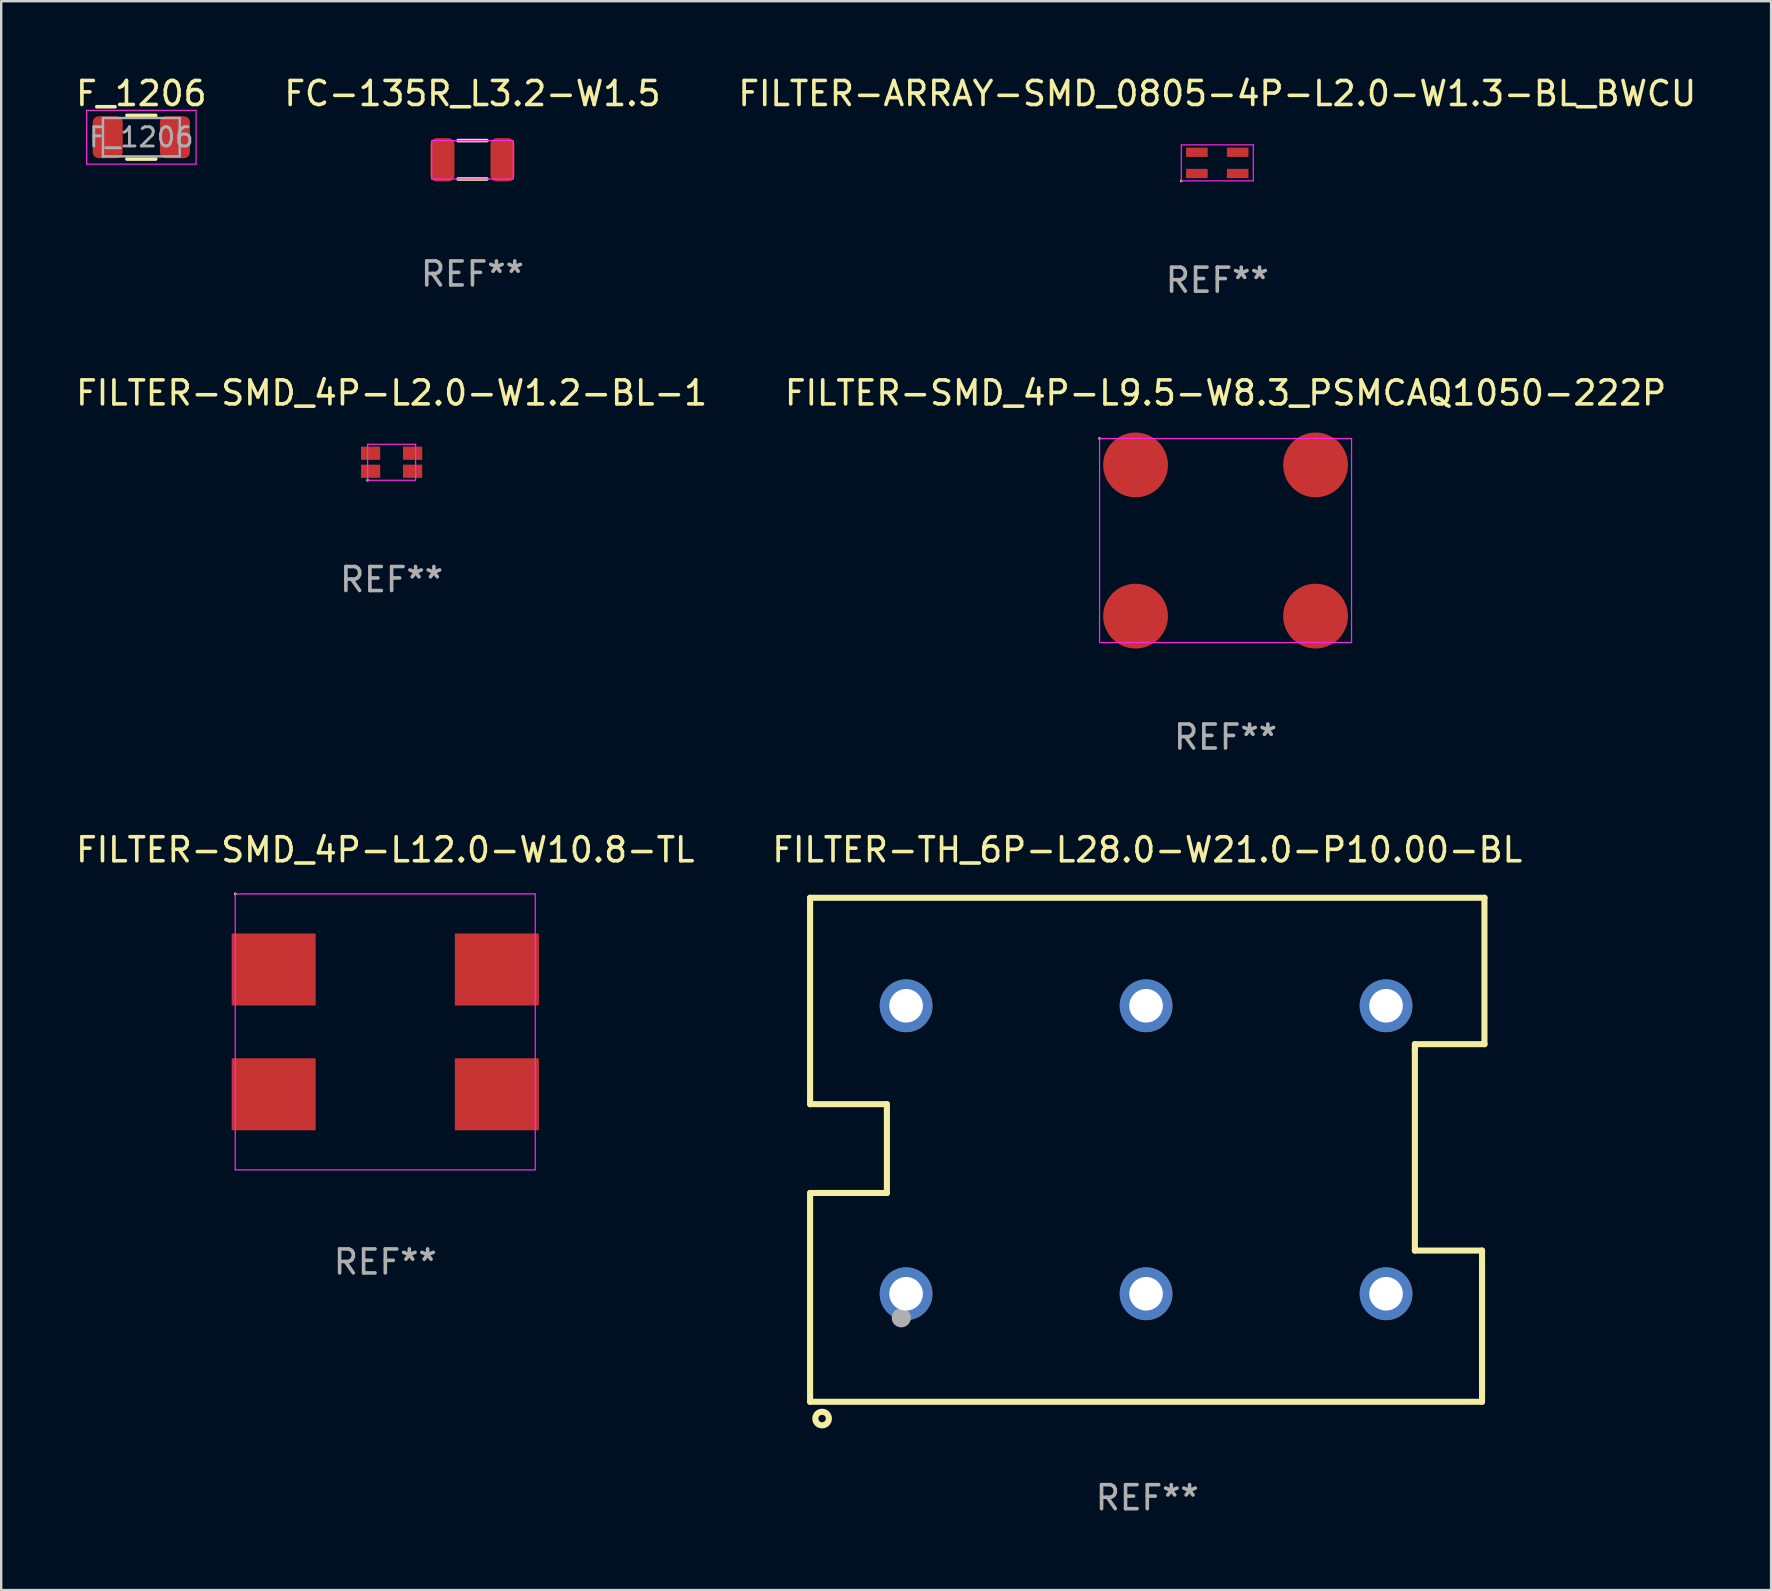
<source format=kicad_pcb>
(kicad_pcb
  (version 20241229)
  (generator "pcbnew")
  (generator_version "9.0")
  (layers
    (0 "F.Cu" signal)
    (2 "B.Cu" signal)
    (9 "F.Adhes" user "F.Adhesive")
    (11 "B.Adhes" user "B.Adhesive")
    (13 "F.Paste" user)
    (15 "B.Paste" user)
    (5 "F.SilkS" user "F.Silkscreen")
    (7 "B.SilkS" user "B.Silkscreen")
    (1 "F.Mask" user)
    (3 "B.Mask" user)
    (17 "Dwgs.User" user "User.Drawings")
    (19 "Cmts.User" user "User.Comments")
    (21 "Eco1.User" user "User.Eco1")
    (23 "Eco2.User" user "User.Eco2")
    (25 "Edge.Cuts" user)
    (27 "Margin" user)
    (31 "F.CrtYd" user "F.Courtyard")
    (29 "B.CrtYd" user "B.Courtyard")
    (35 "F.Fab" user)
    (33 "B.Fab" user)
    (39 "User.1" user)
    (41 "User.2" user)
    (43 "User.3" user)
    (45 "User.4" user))
  (footprint "FC-135R_L3.2-W1.5"
    (layer "F.Cu")
    (at 16.637 3.608)
    (property "Reference" "FC-135R_L3.2-W1.5" (at 0 -2.76 0) (layer "F.SilkS") (effects (font (size 1 1) (thickness 0.15))))
    (attr smd)
    (fp_line (start -0.6 -0.8) (end 0.6 -0.8) (stroke (width 0.15) (type default)) (layer "F.SilkS"))
    (fp_line (start 0.6 0.8) (end -0.6 0.8) (stroke (width 0.15) (type default)) (layer "F.SilkS"))
    (fp_line (start -1.7 -0.8) (end 1.7 -0.8) (stroke (width 0.05) (type default)) (layer "F.CrtYd"))
    (fp_line (start -1.7 0.8) (end -1.7 -0.8) (stroke (width 0.05) (type default)) (layer "F.CrtYd"))
    (fp_line (start 1.7 -0.8) (end 1.7 0.8) (stroke (width 0.05) (type default)) (layer "F.CrtYd"))
    (fp_line (start 1.7 0.8) (end -1.7 0.8) (stroke (width 0.05) (type default)) (layer "F.CrtYd"))
    (fp_text user "REF**" (at 0 4.76 0) (layer "F.Fab") (effects (font (size 1 1) (thickness 0.15))))
    (pad "1" smd roundrect (at -1.25 0 90) (size 1.8 1) (layers "F.Cu" "F.Mask" "F.Paste") (roundrect_rratio 0.25))
    (pad "2" smd roundrect (at 1.25 0 90) (size 1.8 1) (layers "F.Cu" "F.Mask" "F.Paste") (roundrect_rratio 0.25)))
  (footprint "FILTER-SMD_4P-L9.5-W8.3_PSMCAQ1050-222P"
    (layer "F.Cu")
    (at 48.018 19.473)
    (property "Reference" "FILTER-SMD_4P-L9.5-W8.3_PSMCAQ1050-222P" (at -0.000051 -6.15 0) (layer "F.SilkS") (effects (font (size 1 1) (thickness 0.15))))
    (attr smd)
    (fp_circle (center -5.25 -4.25) (end -5.22 -4.25) (stroke (width 0.06) (type solid)) (fill no) (layer "F.SilkS"))
    (fp_line (start -5.25 -4.25) (end 5.25 -4.25) (stroke (width 0.05) (type default)) (layer "F.CrtYd"))
    (fp_line (start -5.25 4.25) (end -5.25 -4.25) (stroke (width 0.05) (type default)) (layer "F.CrtYd"))
    (fp_line (start 5.25 -4.25) (end 5.25 4.25) (stroke (width 0.05) (type default)) (layer "F.CrtYd"))
    (fp_line (start 5.25 4.25) (end -5.25 4.25) (stroke (width 0.05) (type default)) (layer "F.CrtYd"))
    (fp_text user "REF**" (at -0.000051 8.191 0) (layer "F.Fab") (effects (font (size 1 1) (thickness 0.15))))
    (pad "1" smd circle (at -3.75 -3.15) (size 2.7 2.7) (layers "F.Cu" "F.Mask" "F.Paste"))
    (pad "2" smd circle (at -3.75 3.15) (size 2.7 2.7) (layers "F.Cu" "F.Mask" "F.Paste"))
    (pad "3" smd circle (at 3.75 3.15) (size 2.7 2.7) (layers "F.Cu" "F.Mask" "F.Paste"))
    (pad "4" smd circle (at 3.75 -3.15) (size 2.7 2.7) (layers "F.Cu" "F.Mask" "F.Paste")))
  (footprint "FILTER-SMD_4P-L12.0-W10.8-TL"
    (layer "F.Cu")
    (at 13.003 39.948)
    (property "Reference" "FILTER-SMD_4P-L12.0-W10.8-TL" (at 0.003 -7.588 0) (layer "F.SilkS") (effects (font (size 1 1) (thickness 0.15))))
    (attr smd)
    (fp_circle (center -6.25 -5.75) (end -6.22 -5.75) (stroke (width 0.06) (type solid)) (fill no) (layer "F.SilkS"))
    (fp_line (start -6.25 -5.75) (end 6.25 -5.75) (stroke (width 0.05) (type default)) (layer "F.CrtYd"))
    (fp_line (start -6.25 5.75) (end -6.25 -5.75) (stroke (width 0.05) (type default)) (layer "F.CrtYd"))
    (fp_line (start 6.25 -5.75) (end 6.25 5.75) (stroke (width 0.05) (type default)) (layer "F.CrtYd"))
    (fp_line (start 6.25 5.75) (end -6.25 5.75) (stroke (width 0.05) (type default)) (layer "F.CrtYd"))
    (fp_text user "REF**" (at 0.003 9.588 0) (layer "F.Fab") (effects (font (size 1 1) (thickness 0.15))))
    (pad "1" smd rect (at -4.65 -2.6) (size 3.5 3) (layers "F.Cu" "F.Mask" "F.Paste"))
    (pad "2" smd rect (at -4.65 2.6) (size 3.5 3) (layers "F.Cu" "F.Mask" "F.Paste"))
    (pad "3" smd rect (at 4.65 2.6) (size 3.5 3) (layers "F.Cu" "F.Mask" "F.Paste"))
    (pad "4" smd rect (at 4.65 -2.6) (size 3.5 3) (layers "F.Cu" "F.Mask" "F.Paste")))
  (footprint "FILTER-SMD_4P-L2.0-W1.2-BL-1"
    (layer "F.Cu")
    (at 13.268 16.212)
    (property "Reference" "FILTER-SMD_4P-L2.0-W1.2-BL-1" (at -0.000013 -2.889 0) (layer "F.SilkS") (effects (font (size 1 1) (thickness 0.15))))
    (attr smd)
    (fp_circle (center -1 0.75) (end -0.97 0.75) (stroke (width 0.06) (type solid)) (fill no) (layer "F.SilkS"))
    (fp_line (start -1 -0.75) (end -1 0.75) (stroke (width 0.05) (type default)) (layer "F.CrtYd"))
    (fp_line (start -1 0.75) (end 1 0.75) (stroke (width 0.05) (type default)) (layer "F.CrtYd"))
    (fp_line (start 1 -0.75) (end -1 -0.75) (stroke (width 0.05) (type default)) (layer "F.CrtYd"))
    (fp_line (start 1 0.75) (end 1 -0.75) (stroke (width 0.05) (type default)) (layer "F.CrtYd"))
    (fp_text user "REF**" (at -0.000013 4.889 0) (layer "F.Fab") (effects (font (size 1 1) (thickness 0.15))))
    (pad "1" smd rect (at -0.875 0.375 270) (size 0.55 0.8) (layers "F.Cu" "F.Mask" "F.Paste"))
    (pad "2" smd rect (at 0.875 0.375 270) (size 0.55 0.8) (layers "F.Cu" "F.Mask" "F.Paste"))
    (pad "3" smd rect (at 0.875 -0.375 270) (size 0.55 0.8) (layers "F.Cu" "F.Mask" "F.Paste"))
    (pad "4" smd rect (at -0.875 -0.375 270) (size 0.55 0.8) (layers "F.Cu" "F.Mask" "F.Paste")))
  (footprint "FILTER-TH_6P-L28.0-W21.0-P10.00-BL"
    (layer "F.Cu")
    (at 44.706 44.86)
    (property "Reference" "FILTER-TH_6P-L28.0-W21.0-P10.00-BL" (at 0.05 -12.5 0) (layer "F.SilkS") (effects (font (size 1 1) (thickness 0.15))))
    (attr through_hole)
    (fp_line (start -14 -10.5) (end -14 -1.9) (stroke (width 0.254) (type solid)) (layer "F.SilkS"))
    (fp_line (start -14 -1.9) (end -10.8 -1.9) (stroke (width 0.254) (type solid)) (layer "F.SilkS"))
    (fp_line (start -14 1.8) (end -14 10.5) (stroke (width 0.254) (type solid)) (layer "F.SilkS"))
    (fp_line (start -14 10.5) (end 14 10.5) (stroke (width 0.254) (type solid)) (layer "F.SilkS"))
    (fp_line (start -10.8 -1.9) (end -10.8 1.8) (stroke (width 0.254) (type solid)) (layer "F.SilkS"))
    (fp_line (start -10.8 1.8) (end -14 1.8) (stroke (width 0.254) (type solid)) (layer "F.SilkS"))
    (fp_line (start 11.2 -4.4) (end 14.1 -4.4) (stroke (width 0.254) (type solid)) (layer "F.SilkS"))
    (fp_line (start 11.2 -4.2) (end 11.2 -4.4) (stroke (width 0.254) (type solid)) (layer "F.SilkS"))
    (fp_line (start 11.2 4.2) (end 11.2 -4.2) (stroke (width 0.254) (type solid)) (layer "F.SilkS"))
    (fp_line (start 14 4.2) (end 11.2 4.2) (stroke (width 0.254) (type solid)) (layer "F.SilkS"))
    (fp_line (start 14 10.5) (end 14 4.2) (stroke (width 0.254) (type solid)) (layer "F.SilkS"))
    (fp_line (start 14.1 -10.5) (end -14 -10.5) (stroke (width 0.254) (type solid)) (layer "F.SilkS"))
    (fp_line (start 14.1 -4.4) (end 14.1 -10.5) (stroke (width 0.254) (type solid)) (layer "F.SilkS"))
    (fp_circle (center -14 10.5) (end -13.97 10.5) (stroke (width 0.06) (type solid)) (fill no) (layer "F.SilkS"))
    (fp_circle (center -13.5 11.2) (end -13.217 11.2) (stroke (width 0.254) (type solid)) (fill no) (layer "F.SilkS"))
    (fp_circle (center -10.2 7) (end -10 7) (stroke (width 0.4) (type solid)) (fill no) (layer "F.Fab"))
    (fp_text user "REF**" (at 0.05 14.5 0) (layer "F.Fab") (effects (font (size 1 1) (thickness 0.15))))
    (pad "1" thru_hole circle (at -10 6) (size 2.2 2.2) (drill 1.4) (layers "*.Cu" "*.Mask"))
    (pad "2" thru_hole circle (at 0 6) (size 2.2 2.2) (drill 1.4) (layers "*.Cu" "*.Mask"))
    (pad "3" thru_hole circle (at 0 -6) (size 2.2 2.2) (drill 1.4) (layers "*.Cu" "*.Mask"))
    (pad "4" thru_hole circle (at -10 -6) (size 2.2 2.2) (drill 1.4) (layers "*.Cu" "*.Mask"))
    (pad "5" thru_hole circle (at 10 6) (size 2.2 2.2) (drill 1.4) (layers "*.Cu" "*.Mask"))
    (pad "6" thru_hole circle (at 10 -6) (size 2.2 2.2) (drill 1.4) (layers "*.Cu" "*.Mask")))
  (footprint "FILTER-ARRAY-SMD_0805-4P-L2.0-W1.3-BL_BWCU"
    (layer "F.Cu")
    (at 47.673 3.737)
    (property "Reference" "FILTER-ARRAY-SMD_0805-4P-L2.0-W1.3-BL_BWCU" (at 0 -2.889 0) (layer "F.SilkS") (effects (font (size 1 1) (thickness 0.15))))
    (attr smd)
    (fp_circle (center -1.5 0.75) (end -1.47 0.75) (stroke (width 0.06) (type solid)) (fill no) (layer "F.SilkS"))
    (fp_line (start -1.5 -0.75) (end 1.5 -0.75) (stroke (width 0.05) (type default)) (layer "F.CrtYd"))
    (fp_line (start -1.5 0.75) (end -1.5 -0.75) (stroke (width 0.05) (type default)) (layer "F.CrtYd"))
    (fp_line (start 1.5 -0.75) (end 1.5 0.75) (stroke (width 0.05) (type default)) (layer "F.CrtYd"))
    (fp_line (start 1.5 0.75) (end -1.5 0.75) (stroke (width 0.05) (type default)) (layer "F.CrtYd"))
    (fp_text user "REF**" (at 0 4.889 0) (layer "F.Fab") (effects (font (size 1 1) (thickness 0.15))))
    (pad "1" smd rect (at -0.85 0.442 90) (size 0.385 0.9) (layers "F.Cu" "F.Mask" "F.Paste"))
    (pad "2" smd rect (at 0.85 0.442 90) (size 0.385 0.9) (layers "F.Cu" "F.Mask" "F.Paste"))
    (pad "3" smd rect (at 0.85 -0.442 90) (size 0.385 0.9) (layers "F.Cu" "F.Mask" "F.Paste"))
    (pad "4" smd rect (at -0.85 -0.442 90) (size 0.385 0.9) (layers "F.Cu" "F.Mask" "F.Paste")))
  (footprint "F_1206"
    (layer "F.Cu")
    (at 2.839 2.668)
    (property "Reference" "F_1206" (at 0 -1.82 0) (layer "F.SilkS") (effects (font (size 1 1) (thickness 0.15))))
    (attr smd)
    (fp_line (start -0.6 -0.91) (end 0.6 -0.91) (stroke (width 0.15) (type solid)) (layer "F.SilkS"))
    (fp_line (start -0.6 0.91) (end 0.6 0.91) (stroke (width 0.15) (type solid)) (layer "F.SilkS"))
    (fp_line (start -2.28 -1.12) (end 2.28 -1.12) (stroke (width 0.05) (type solid)) (layer "F.CrtYd"))
    (fp_line (start -2.28 1.12) (end -2.28 -1.12) (stroke (width 0.05) (type solid)) (layer "F.CrtYd"))
    (fp_line (start 2.28 -1.12) (end 2.28 1.12) (stroke (width 0.05) (type solid)) (layer "F.CrtYd"))
    (fp_line (start 2.28 1.12) (end -2.28 1.12) (stroke (width 0.05) (type solid)) (layer "F.CrtYd"))
    (fp_line (start -1.6 -0.8) (end 1.6 -0.8) (stroke (width 0.1) (type solid)) (layer "F.Fab"))
    (fp_line (start -1.6 0.8) (end -1.6 -0.8) (stroke (width 0.1) (type solid)) (layer "F.Fab"))
    (fp_line (start 1.6 -0.8) (end 1.6 0.8) (stroke (width 0.1) (type solid)) (layer "F.Fab"))
    (fp_line (start 1.6 0.8) (end -1.6 0.8) (stroke (width 0.1) (type solid)) (layer "F.Fab"))
    (fp_text user "${REFERENCE}" (at 0 0 0) (layer "F.Fab") (effects (font (size 0.8 0.8) (thickness 0.12))))
    (pad "1" smd roundrect (at -1.4 0) (size 1.25 1.75) (layers "F.Cu" "F.Mask" "F.Paste") (roundrect_rratio 0.2))
    (pad "2" smd roundrect (at 1.4 0) (size 1.25 1.75) (layers "F.Cu" "F.Mask" "F.Paste") (roundrect_rratio 0.2)))
  (gr_rect
    (start -3 -3)
    (end 70.75 63.208)
    (stroke (width 0.1) (type default))
    (fill no)
    (layer "Edge.Cuts")))
</source>
